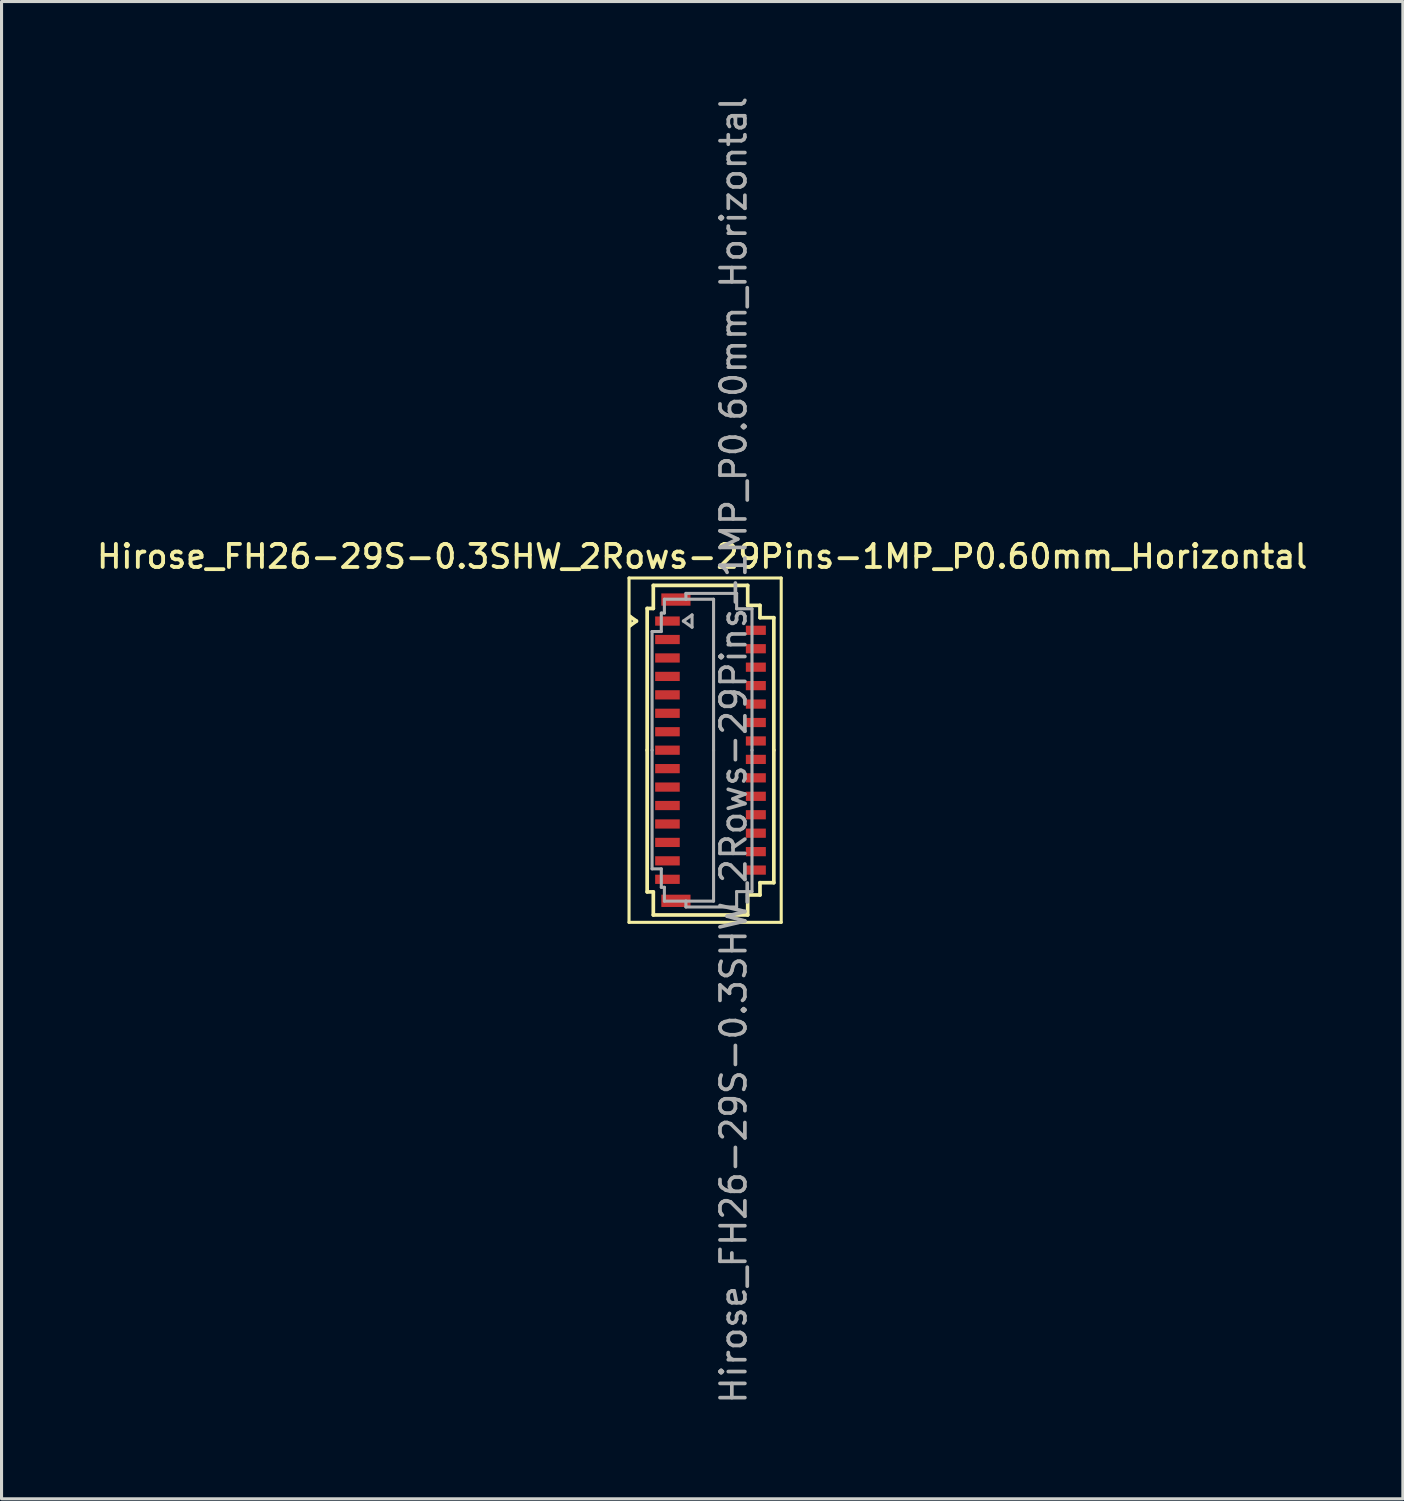
<source format=kicad_pcb>
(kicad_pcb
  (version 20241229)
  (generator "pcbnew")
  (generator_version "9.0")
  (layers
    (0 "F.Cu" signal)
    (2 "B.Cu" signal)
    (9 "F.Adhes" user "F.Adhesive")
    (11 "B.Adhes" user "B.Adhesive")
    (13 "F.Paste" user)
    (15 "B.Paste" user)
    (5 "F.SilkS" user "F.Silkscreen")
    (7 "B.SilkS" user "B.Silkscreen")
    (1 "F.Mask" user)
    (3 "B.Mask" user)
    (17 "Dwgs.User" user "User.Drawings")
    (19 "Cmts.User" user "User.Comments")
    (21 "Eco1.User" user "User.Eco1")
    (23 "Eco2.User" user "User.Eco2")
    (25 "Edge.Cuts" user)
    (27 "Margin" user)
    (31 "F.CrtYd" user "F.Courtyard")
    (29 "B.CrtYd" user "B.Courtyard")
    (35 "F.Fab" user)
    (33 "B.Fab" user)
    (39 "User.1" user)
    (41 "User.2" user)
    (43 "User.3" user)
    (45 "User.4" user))
  (footprint "Hirose_FH26-29S-0.3SHW_2Rows-29Pins-1MP_P0.60mm_Horizontal"
    (layer "F.Cu")
    (at 20.061 21.352)
    (property "Reference" "Hirose_FH26-29S-0.3SHW_2Rows-29Pins-1MP_P0.60mm_Horizontal" (at -0.27 -6.3 0) (layer "F.SilkS") (effects (font (size 0.75 0.75) (thickness 0.125))))
    (attr smd)
    (fp_line (start -2.65 -5.6) (end -2.65 5.6) (stroke (width 0.1) (type solid)) (layer "F.SilkS"))
    (fp_line (start -2.65 5.6) (end 2.3 5.6) (stroke (width 0.1) (type solid)) (layer "F.SilkS"))
    (fp_line (start -2.622 -4.35) (end -2.41 -4.2) (stroke (width 0.12) (type solid)) (layer "F.SilkS"))
    (fp_line (start -2.622 -4.05) (end -2.622 -4.35) (stroke (width 0.12) (type solid)) (layer "F.SilkS"))
    (fp_line (start -2.41 -4.2) (end -2.622 -4.05) (stroke (width 0.12) (type solid)) (layer "F.SilkS"))
    (fp_line (start -2.06 -4.61) (end -2.06 0) (stroke (width 0.12) (type solid)) (layer "F.SilkS"))
    (fp_line (start -2.06 4.61) (end -2.06 0) (stroke (width 0.12) (type solid)) (layer "F.SilkS"))
    (fp_line (start -1.86 -5.36) (end -1.86 -4.61) (stroke (width 0.12) (type solid)) (layer "F.SilkS"))
    (fp_line (start -1.86 -4.61) (end -2.06 -4.61) (stroke (width 0.12) (type solid)) (layer "F.SilkS"))
    (fp_line (start -1.86 4.61) (end -2.06 4.61) (stroke (width 0.12) (type solid)) (layer "F.SilkS"))
    (fp_line (start -1.86 5.36) (end -1.86 4.61) (stroke (width 0.12) (type solid)) (layer "F.SilkS"))
    (fp_line (start 1.21 -5.36) (end -1.86 -5.36) (stroke (width 0.12) (type solid)) (layer "F.SilkS"))
    (fp_line (start 1.21 -4.71) (end 1.21 -5.36) (stroke (width 0.12) (type solid)) (layer "F.SilkS"))
    (fp_line (start 1.21 4.71) (end 1.21 5.36) (stroke (width 0.12) (type solid)) (layer "F.SilkS"))
    (fp_line (start 1.21 5.36) (end -1.86 5.36) (stroke (width 0.12) (type solid)) (layer "F.SilkS"))
    (fp_line (start 1.61 -4.71) (end 1.21 -4.71) (stroke (width 0.12) (type solid)) (layer "F.SilkS"))
    (fp_line (start 1.61 -4.31) (end 1.61 -4.71) (stroke (width 0.12) (type solid)) (layer "F.SilkS"))
    (fp_line (start 1.61 4.31) (end 1.61 4.71) (stroke (width 0.12) (type solid)) (layer "F.SilkS"))
    (fp_line (start 1.61 4.71) (end 1.21 4.71) (stroke (width 0.12) (type solid)) (layer "F.SilkS"))
    (fp_line (start 2.06 -4.31) (end 1.61 -4.31) (stroke (width 0.12) (type solid)) (layer "F.SilkS"))
    (fp_line (start 2.06 0) (end 2.06 -4.31) (stroke (width 0.12) (type solid)) (layer "F.SilkS"))
    (fp_line (start 2.06 0) (end 2.06 4.31) (stroke (width 0.12) (type solid)) (layer "F.SilkS"))
    (fp_line (start 2.06 4.31) (end 1.61 4.31) (stroke (width 0.12) (type solid)) (layer "F.SilkS"))
    (fp_line (start 2.3 -5.6) (end -2.65 -5.6) (stroke (width 0.1) (type solid)) (layer "F.SilkS"))
    (fp_line (start 2.3 5.6) (end 2.3 -5.6) (stroke (width 0.1) (type solid)) (layer "F.SilkS"))
    (fp_line (start -1.9 -3.86) (end -1.6 -3.86) (stroke (width 0.1) (type solid)) (layer "F.Fab"))
    (fp_line (start -1.9 0) (end -1.9 -3.86) (stroke (width 0.1) (type solid)) (layer "F.Fab"))
    (fp_line (start -1.9 0) (end -1.9 3.86) (stroke (width 0.1) (type solid)) (layer "F.Fab"))
    (fp_line (start -1.9 3.86) (end -1.6 3.86) (stroke (width 0.1) (type solid)) (layer "F.Fab"))
    (fp_line (start -1.6 -4.46) (end -1.5 -4.46) (stroke (width 0.1) (type solid)) (layer "F.Fab"))
    (fp_line (start -1.6 -3.86) (end -1.6 -4.46) (stroke (width 0.1) (type solid)) (layer "F.Fab"))
    (fp_line (start -1.6 3.86) (end -1.6 4.46) (stroke (width 0.1) (type solid)) (layer "F.Fab"))
    (fp_line (start -1.6 4.46) (end -1.5 4.46) (stroke (width 0.1) (type solid)) (layer "F.Fab"))
    (fp_line (start -1.5 -4.91) (end -0.8 -4.91) (stroke (width 0.1) (type solid)) (layer "F.Fab"))
    (fp_line (start -1.5 -4.46) (end -1.5 -4.91) (stroke (width 0.1) (type solid)) (layer "F.Fab"))
    (fp_line (start -1.5 4.46) (end -1.5 4.91) (stroke (width 0.1) (type solid)) (layer "F.Fab"))
    (fp_line (start -1.5 4.91) (end -0.8 4.91) (stroke (width 0.1) (type solid)) (layer "F.Fab"))
    (fp_line (start -0.883 -4.2) (end -0.6 -4) (stroke (width 0.1) (type solid)) (layer "F.Fab"))
    (fp_line (start -0.8 -5.1) (end 0.85 -5.1) (stroke (width 0.1) (type solid)) (layer "F.Fab"))
    (fp_line (start -0.8 -4.91) (end -0.8 -5.1) (stroke (width 0.1) (type solid)) (layer "F.Fab"))
    (fp_line (start -0.8 4.91) (end -0.8 5.1) (stroke (width 0.1) (type solid)) (layer "F.Fab"))
    (fp_line (start -0.8 5.1) (end 0.85 5.1) (stroke (width 0.1) (type solid)) (layer "F.Fab"))
    (fp_line (start -0.6 -4.4) (end -0.883 -4.2) (stroke (width 0.1) (type solid)) (layer "F.Fab"))
    (fp_line (start -0.6 -4) (end -0.6 -4.4) (stroke (width 0.1) (type solid)) (layer "F.Fab"))
    (fp_line (start 0.1 -4.91) (end -0.8 -4.91) (stroke (width 0.1) (type solid)) (layer "F.Fab"))
    (fp_line (start 0.1 0) (end 0.1 -4.91) (stroke (width 0.1) (type solid)) (layer "F.Fab"))
    (fp_line (start 0.1 0) (end 0.1 4.91) (stroke (width 0.1) (type solid)) (layer "F.Fab"))
    (fp_line (start 0.1 4.91) (end -0.8 4.91) (stroke (width 0.1) (type solid)) (layer "F.Fab"))
    (fp_line (start 0.85 -5.1) (end 0.85 -4.6) (stroke (width 0.1) (type solid)) (layer "F.Fab"))
    (fp_line (start 0.85 -4.6) (end 1.35 -4.6) (stroke (width 0.1) (type solid)) (layer "F.Fab"))
    (fp_line (start 0.85 4.6) (end 1.35 4.6) (stroke (width 0.1) (type solid)) (layer "F.Fab"))
    (fp_line (start 0.85 5.1) (end 0.85 4.6) (stroke (width 0.1) (type solid)) (layer "F.Fab"))
    (fp_line (start 1.35 -4.6) (end 1.35 0) (stroke (width 0.1) (type solid)) (layer "F.Fab"))
    (fp_line (start 1.35 4.6) (end 1.35 0) (stroke (width 0.1) (type solid)) (layer "F.Fab"))
    (fp_text user "${REFERENCE}" (at 0.75 0 90) (layer "F.Fab") (effects (font (size 0.81 0.81) (thickness 0.12))))
    (pad "1" smd rect (at -1.4 -4.2) (size 0.8 0.3) (layers "F.Cu" "F.Mask" "F.Paste"))
    (pad "2" smd rect (at 1.475 -3.9) (size 0.65 0.3) (layers "F.Cu" "F.Mask" "F.Paste"))
    (pad "3" smd rect (at -1.4 -3.6) (size 0.8 0.3) (layers "F.Cu" "F.Mask" "F.Paste"))
    (pad "4" smd rect (at 1.475 -3.3) (size 0.65 0.3) (layers "F.Cu" "F.Mask" "F.Paste"))
    (pad "5" smd rect (at -1.4 -3) (size 0.8 0.3) (layers "F.Cu" "F.Mask" "F.Paste"))
    (pad "6" smd rect (at 1.475 -2.7) (size 0.65 0.3) (layers "F.Cu" "F.Mask" "F.Paste"))
    (pad "7" smd rect (at -1.4 -2.4) (size 0.8 0.3) (layers "F.Cu" "F.Mask" "F.Paste"))
    (pad "8" smd rect (at 1.475 -2.1) (size 0.65 0.3) (layers "F.Cu" "F.Mask" "F.Paste"))
    (pad "9" smd rect (at -1.4 -1.8) (size 0.8 0.3) (layers "F.Cu" "F.Mask" "F.Paste"))
    (pad "10" smd rect (at 1.475 -1.5) (size 0.65 0.3) (layers "F.Cu" "F.Mask" "F.Paste"))
    (pad "11" smd rect (at -1.4 -1.2) (size 0.8 0.3) (layers "F.Cu" "F.Mask" "F.Paste"))
    (pad "12" smd rect (at 1.475 -0.9) (size 0.65 0.3) (layers "F.Cu" "F.Mask" "F.Paste"))
    (pad "13" smd rect (at -1.4 -0.6) (size 0.8 0.3) (layers "F.Cu" "F.Mask" "F.Paste"))
    (pad "14" smd rect (at 1.475 -0.3) (size 0.65 0.3) (layers "F.Cu" "F.Mask" "F.Paste"))
    (pad "15" smd rect (at -1.4 0) (size 0.8 0.3) (layers "F.Cu" "F.Mask" "F.Paste"))
    (pad "16" smd rect (at 1.475 0.3) (size 0.65 0.3) (layers "F.Cu" "F.Mask" "F.Paste"))
    (pad "17" smd rect (at -1.4 0.6) (size 0.8 0.3) (layers "F.Cu" "F.Mask" "F.Paste"))
    (pad "18" smd rect (at 1.475 0.9) (size 0.65 0.3) (layers "F.Cu" "F.Mask" "F.Paste"))
    (pad "19" smd rect (at -1.4 1.2) (size 0.8 0.3) (layers "F.Cu" "F.Mask" "F.Paste"))
    (pad "20" smd rect (at 1.475 1.5) (size 0.65 0.3) (layers "F.Cu" "F.Mask" "F.Paste"))
    (pad "21" smd rect (at -1.4 1.8) (size 0.8 0.3) (layers "F.Cu" "F.Mask" "F.Paste"))
    (pad "22" smd rect (at 1.475 2.1) (size 0.65 0.3) (layers "F.Cu" "F.Mask" "F.Paste"))
    (pad "23" smd rect (at -1.4 2.4) (size 0.8 0.3) (layers "F.Cu" "F.Mask" "F.Paste"))
    (pad "24" smd rect (at 1.475 2.7) (size 0.65 0.3) (layers "F.Cu" "F.Mask" "F.Paste"))
    (pad "25" smd rect (at -1.4 3) (size 0.8 0.3) (layers "F.Cu" "F.Mask" "F.Paste"))
    (pad "26" smd rect (at 1.475 3.3) (size 0.65 0.3) (layers "F.Cu" "F.Mask" "F.Paste"))
    (pad "27" smd rect (at -1.4 3.6) (size 0.8 0.3) (layers "F.Cu" "F.Mask" "F.Paste"))
    (pad "28" smd rect (at 1.475 3.9) (size 0.65 0.3) (layers "F.Cu" "F.Mask" "F.Paste"))
    (pad "29" smd rect (at -1.4 4.2) (size 0.8 0.3) (layers "F.Cu" "F.Mask" "F.Paste"))
    (pad "MP" smd rect (at -1.125 -4.9) (size 0.95 0.4) (layers "F.Cu" "F.Mask" "F.Paste"))
    (pad "MP" smd rect (at -1.125 4.9) (size 0.95 0.4) (layers "F.Cu" "F.Mask" "F.Paste")))
  (gr_rect
    (start -3 -3)
    (end 42.582 45.704)
    (stroke (width 0.1) (type default))
    (fill no)
    (layer "Edge.Cuts")))
</source>
